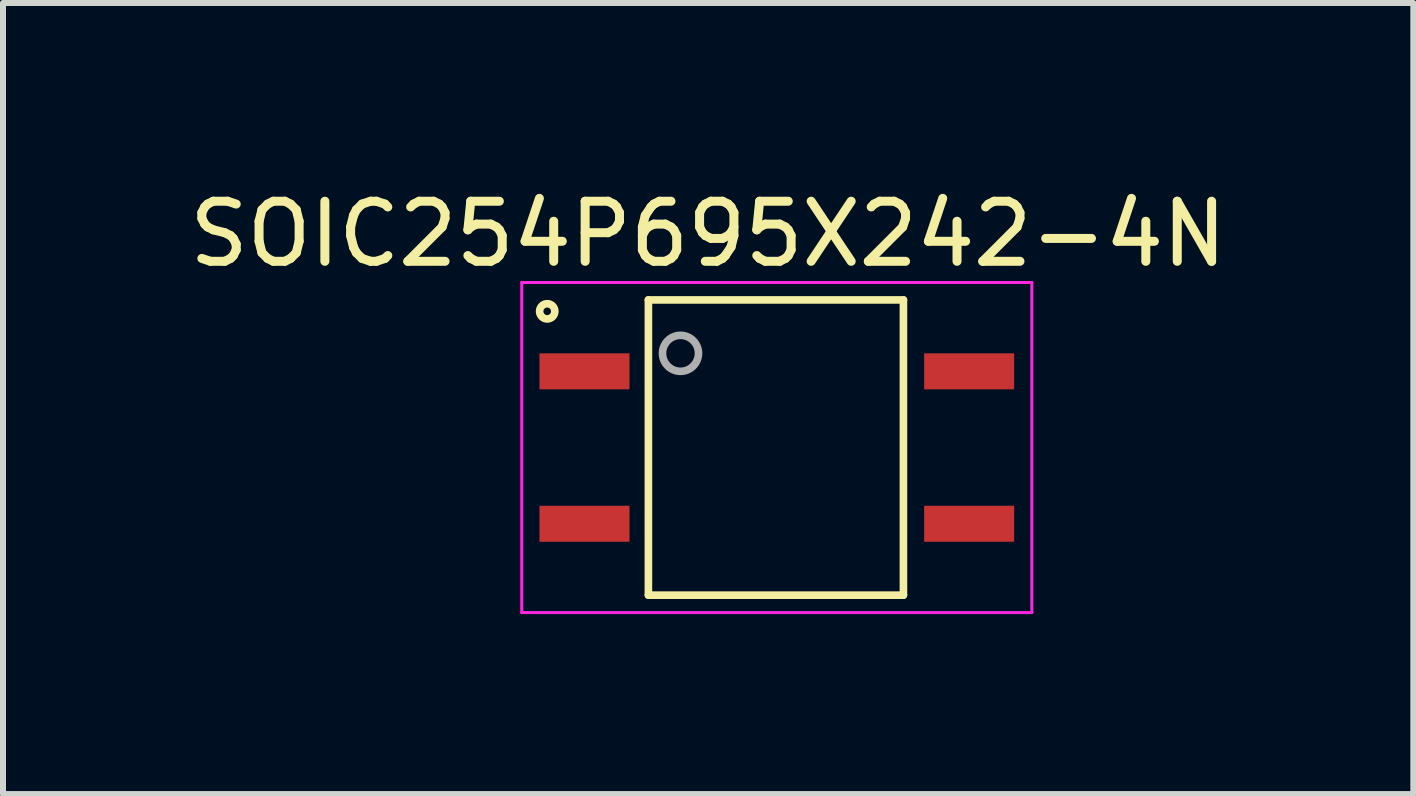
<source format=kicad_pcb>
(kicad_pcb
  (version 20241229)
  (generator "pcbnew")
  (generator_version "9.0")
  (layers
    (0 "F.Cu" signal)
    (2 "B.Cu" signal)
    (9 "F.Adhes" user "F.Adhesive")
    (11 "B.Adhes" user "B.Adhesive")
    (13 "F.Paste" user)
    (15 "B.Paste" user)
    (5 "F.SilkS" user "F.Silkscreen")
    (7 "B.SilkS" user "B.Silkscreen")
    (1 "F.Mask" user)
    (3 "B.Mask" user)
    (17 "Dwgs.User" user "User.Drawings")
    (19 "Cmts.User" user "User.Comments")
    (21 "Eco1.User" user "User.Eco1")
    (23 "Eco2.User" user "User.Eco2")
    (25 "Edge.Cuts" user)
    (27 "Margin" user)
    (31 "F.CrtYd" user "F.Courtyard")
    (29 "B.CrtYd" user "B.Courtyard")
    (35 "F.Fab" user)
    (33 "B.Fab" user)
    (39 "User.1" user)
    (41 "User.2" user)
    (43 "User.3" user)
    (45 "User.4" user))
  (footprint "SOIC254P695X242-4N"
    (layer "F.Cu")
    (at 9.895 4.408)
    (property "Reference" "SOIC254P695X242-4N" (at -1.144 -3.559 0) (layer "F.SilkS") (effects (font (size 1.001 1.001) (thickness 0.15))))
    (attr smd)
    (fp_line (start -2.14 -2.46) (end 2.11 -2.46) (stroke (width 0.127) (type solid)) (layer "F.SilkS"))
    (fp_line (start -2.14 2.46) (end -2.14 -2.46) (stroke (width 0.127) (type solid)) (layer "F.SilkS"))
    (fp_line (start 2.11 -2.46) (end 2.11 2.46) (stroke (width 0.127) (type solid)) (layer "F.SilkS"))
    (fp_line (start 2.11 2.46) (end -2.14 2.46) (stroke (width 0.127) (type solid)) (layer "F.SilkS"))
    (fp_circle (center -3.826 -2.27) (end -3.699 -2.27) (stroke (width 0.127) (type solid)) (fill no) (layer "F.SilkS"))
    (fp_line (start -4.25 -2.75) (end 4.25 -2.75) (stroke (width 0.05) (type solid)) (layer "F.CrtYd"))
    (fp_line (start -4.25 2.75) (end -4.25 -2.75) (stroke (width 0.05) (type solid)) (layer "F.CrtYd"))
    (fp_line (start 4.25 -2.75) (end 4.25 2.75) (stroke (width 0.05) (type solid)) (layer "F.CrtYd"))
    (fp_line (start 4.25 2.75) (end -4.25 2.75) (stroke (width 0.05) (type solid)) (layer "F.CrtYd"))
    (fp_circle (center -1.605 -1.57) (end -1.305 -1.57) (stroke (width 0.127) (type solid)) (fill no) (layer "F.Fab"))
    (pad "1" smd rect (at -3.205 -1.27) (size 1.5 0.6) (layers "F.Cu" "F.Mask" "F.Paste"))
    (pad "2" smd rect (at -3.205 1.27) (size 1.5 0.6) (layers "F.Cu" "F.Mask" "F.Paste"))
    (pad "3" smd rect (at 3.205 1.27) (size 1.5 0.6) (layers "F.Cu" "F.Mask" "F.Paste"))
    (pad "4" smd rect (at 3.205 -1.27) (size 1.5 0.6) (layers "F.Cu" "F.Mask" "F.Paste")))
  (gr_rect
    (start -3 -3)
    (end 20.502 10.183)
    (stroke (width 0.1) (type default))
    (fill no)
    (layer "Edge.Cuts")))
</source>
